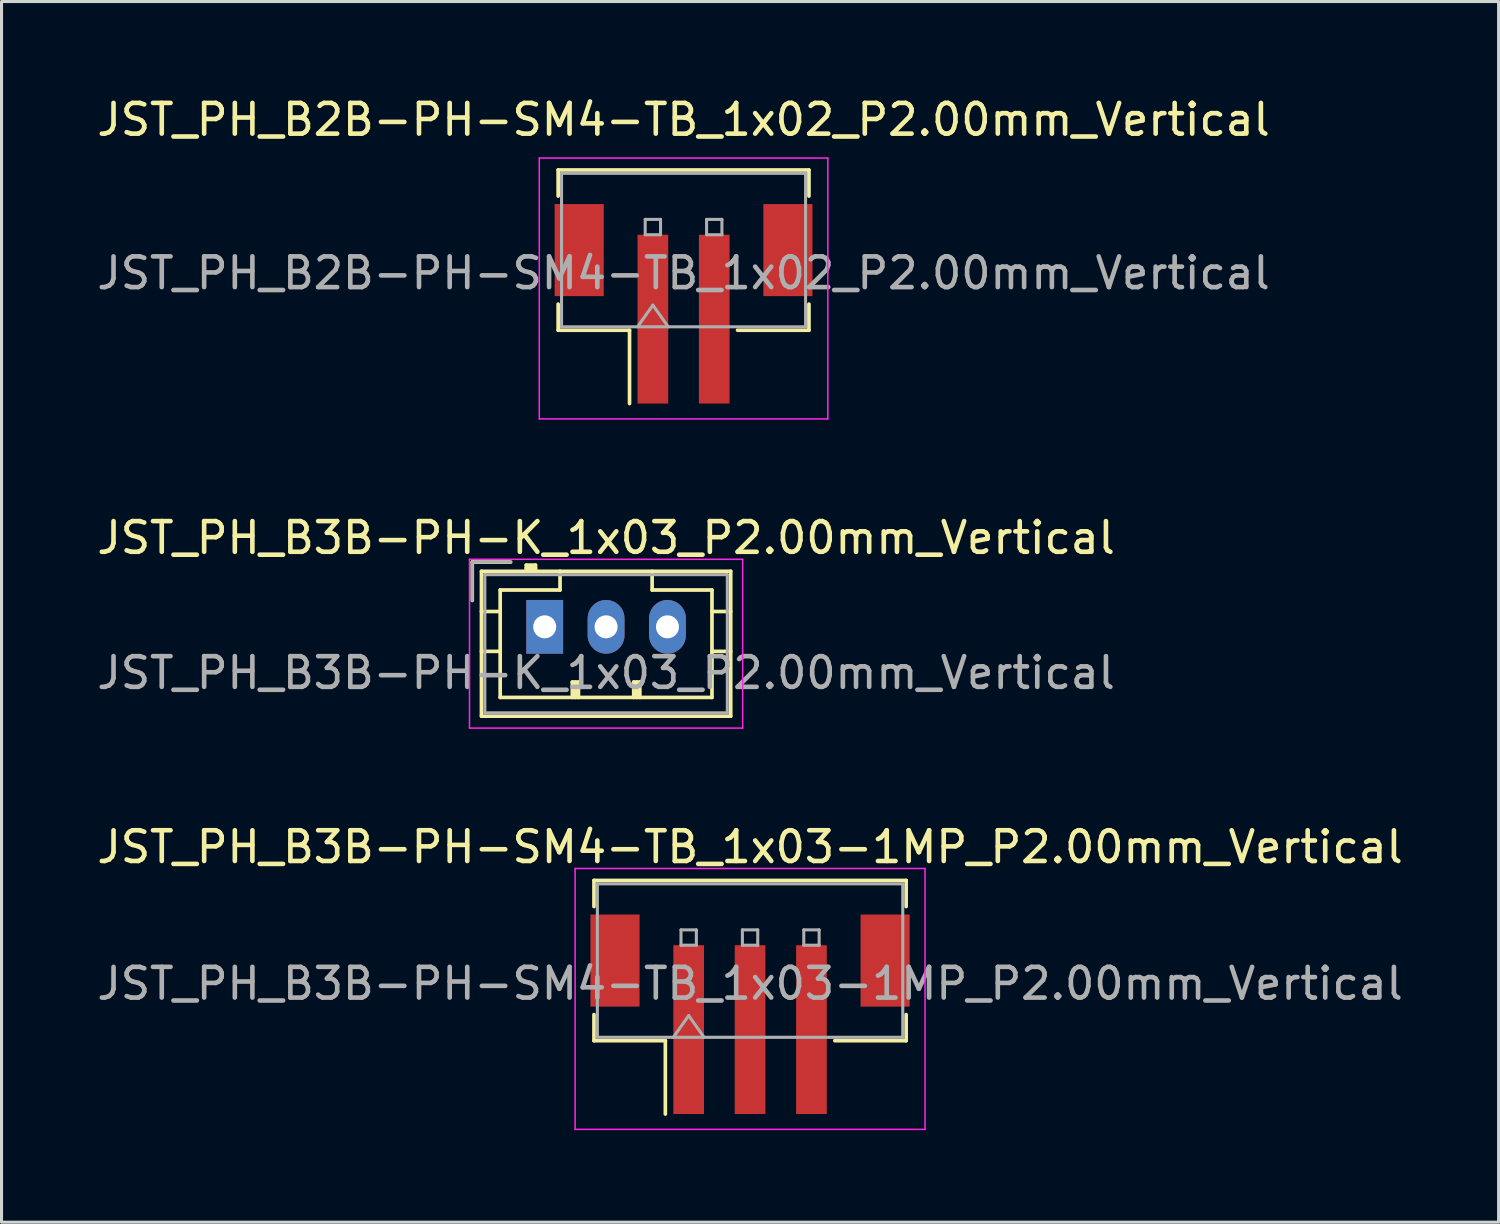
<source format=kicad_pcb>
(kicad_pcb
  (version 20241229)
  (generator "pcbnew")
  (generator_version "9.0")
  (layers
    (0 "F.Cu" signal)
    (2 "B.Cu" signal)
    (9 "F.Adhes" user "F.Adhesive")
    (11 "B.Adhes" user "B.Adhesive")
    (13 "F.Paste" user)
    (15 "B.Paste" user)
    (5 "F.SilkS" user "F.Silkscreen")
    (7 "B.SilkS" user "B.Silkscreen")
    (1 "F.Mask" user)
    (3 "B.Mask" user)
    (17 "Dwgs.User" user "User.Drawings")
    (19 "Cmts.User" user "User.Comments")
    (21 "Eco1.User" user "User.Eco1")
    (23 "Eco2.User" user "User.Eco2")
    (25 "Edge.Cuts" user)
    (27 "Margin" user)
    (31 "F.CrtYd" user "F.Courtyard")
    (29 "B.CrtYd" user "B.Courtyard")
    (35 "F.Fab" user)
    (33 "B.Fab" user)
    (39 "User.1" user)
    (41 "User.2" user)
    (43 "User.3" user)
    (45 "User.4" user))
  (footprint "JST_PH_B3B-PH-SM4-TB_1x03-1MP_P2.00mm_Vertical"
    (layer "F.Cu")
    (at 21.387 29.995)
    (property "Reference" "JST_PH_B3B-PH-SM4-TB_1x03-1MP_P2.00mm_Vertical" (at 0 -5.45 0) (layer "F.SilkS") (effects (font (size 1 1) (thickness 0.15))))
    (attr smd)
    (fp_line (start -5.085 -4.36) (end 5.085 -4.36) (stroke (width 0.12) (type solid)) (layer "F.SilkS"))
    (fp_line (start -5.085 -3.51) (end -5.085 -4.36) (stroke (width 0.12) (type solid)) (layer "F.SilkS"))
    (fp_line (start -5.085 0.01) (end -5.085 0.86) (stroke (width 0.12) (type solid)) (layer "F.SilkS"))
    (fp_line (start -5.085 0.86) (end -2.76 0.86) (stroke (width 0.12) (type solid)) (layer "F.SilkS"))
    (fp_line (start -2.76 0.86) (end -2.76 3.25) (stroke (width 0.12) (type solid)) (layer "F.SilkS"))
    (fp_line (start 5.085 -4.36) (end 5.085 -3.51) (stroke (width 0.12) (type solid)) (layer "F.SilkS"))
    (fp_line (start 5.085 0.01) (end 5.085 0.86) (stroke (width 0.12) (type solid)) (layer "F.SilkS"))
    (fp_line (start 5.085 0.86) (end 2.76 0.86) (stroke (width 0.12) (type solid)) (layer "F.SilkS"))
    (fp_line (start -5.7 -4.75) (end -5.7 3.75) (stroke (width 0.05) (type solid)) (layer "F.CrtYd"))
    (fp_line (start -5.7 3.75) (end 5.7 3.75) (stroke (width 0.05) (type solid)) (layer "F.CrtYd"))
    (fp_line (start 5.7 -4.75) (end -5.7 -4.75) (stroke (width 0.05) (type solid)) (layer "F.CrtYd"))
    (fp_line (start 5.7 3.75) (end 5.7 -4.75) (stroke (width 0.05) (type solid)) (layer "F.CrtYd"))
    (fp_line (start -4.975 -4.25) (end 4.975 -4.25) (stroke (width 0.1) (type solid)) (layer "F.Fab"))
    (fp_line (start -4.975 0.75) (end -4.975 -4.25) (stroke (width 0.1) (type solid)) (layer "F.Fab"))
    (fp_line (start -4.975 0.75) (end 4.975 0.75) (stroke (width 0.1) (type solid)) (layer "F.Fab"))
    (fp_line (start -2.5 0.75) (end -2 0.043) (stroke (width 0.1) (type solid)) (layer "F.Fab"))
    (fp_line (start -2.25 -2.75) (end -2.25 -2.25) (stroke (width 0.1) (type solid)) (layer "F.Fab"))
    (fp_line (start -2.25 -2.25) (end -1.75 -2.25) (stroke (width 0.1) (type solid)) (layer "F.Fab"))
    (fp_line (start -2 0.043) (end -1.5 0.75) (stroke (width 0.1) (type solid)) (layer "F.Fab"))
    (fp_line (start -1.75 -2.75) (end -2.25 -2.75) (stroke (width 0.1) (type solid)) (layer "F.Fab"))
    (fp_line (start -1.75 -2.25) (end -1.75 -2.75) (stroke (width 0.1) (type solid)) (layer "F.Fab"))
    (fp_line (start -0.25 -2.75) (end -0.25 -2.25) (stroke (width 0.1) (type solid)) (layer "F.Fab"))
    (fp_line (start -0.25 -2.25) (end 0.25 -2.25) (stroke (width 0.1) (type solid)) (layer "F.Fab"))
    (fp_line (start 0.25 -2.75) (end -0.25 -2.75) (stroke (width 0.1) (type solid)) (layer "F.Fab"))
    (fp_line (start 0.25 -2.25) (end 0.25 -2.75) (stroke (width 0.1) (type solid)) (layer "F.Fab"))
    (fp_line (start 1.75 -2.75) (end 1.75 -2.25) (stroke (width 0.1) (type solid)) (layer "F.Fab"))
    (fp_line (start 1.75 -2.25) (end 2.25 -2.25) (stroke (width 0.1) (type solid)) (layer "F.Fab"))
    (fp_line (start 2.25 -2.75) (end 1.75 -2.75) (stroke (width 0.1) (type solid)) (layer "F.Fab"))
    (fp_line (start 2.25 -2.25) (end 2.25 -2.75) (stroke (width 0.1) (type solid)) (layer "F.Fab"))
    (fp_line (start 4.975 0.75) (end 4.975 -4.25) (stroke (width 0.1) (type solid)) (layer "F.Fab"))
    (fp_text user "${REFERENCE}" (at 0 -1 0) (layer "F.Fab") (effects (font (size 1 1) (thickness 0.15))))
    (pad "1" smd rect (at -2 0.5) (size 1 5.5) (layers "F.Cu" "F.Mask" "F.Paste"))
    (pad "2" smd rect (at 0 0.5) (size 1 5.5) (layers "F.Cu" "F.Mask" "F.Paste"))
    (pad "3" smd rect (at 2 0.5) (size 1 5.5) (layers "F.Cu" "F.Mask" "F.Paste"))
    (pad "MP" smd rect (at -4.4 -1.75) (size 1.6 3) (layers "F.Cu" "F.Mask" "F.Paste"))
    (pad "MP" smd rect (at 4.4 -1.75) (size 1.6 3) (layers "F.Cu" "F.Mask" "F.Paste")))
  (footprint "JST_PH_B2B-PH-SM4-TB_1x02_P2.00mm_Vertical"
    (layer "F.Cu")
    (at 19.22 6.848)
    (property "Reference" "JST_PH_B2B-PH-SM4-TB_1x02_P2.00mm_Vertical" (at 0 -6 0) (layer "F.SilkS") (effects (font (size 1 1) (thickness 0.15))))
    (attr smd)
    (fp_line (start -4.085 -4.36) (end 4.085 -4.36) (stroke (width 0.12) (type solid)) (layer "F.SilkS"))
    (fp_line (start -4.085 -3.51) (end -4.085 -4.36) (stroke (width 0.12) (type solid)) (layer "F.SilkS"))
    (fp_line (start -4.085 0.01) (end -4.085 0.86) (stroke (width 0.12) (type solid)) (layer "F.SilkS"))
    (fp_line (start -4.085 0.86) (end -1.76 0.86) (stroke (width 0.12) (type solid)) (layer "F.SilkS"))
    (fp_line (start -1.76 0.86) (end -1.76 3.25) (stroke (width 0.12) (type solid)) (layer "F.SilkS"))
    (fp_line (start 4.085 -4.36) (end 4.085 -3.51) (stroke (width 0.12) (type solid)) (layer "F.SilkS"))
    (fp_line (start 4.085 0.01) (end 4.085 0.86) (stroke (width 0.12) (type solid)) (layer "F.SilkS"))
    (fp_line (start 4.085 0.86) (end 1.76 0.86) (stroke (width 0.12) (type solid)) (layer "F.SilkS"))
    (fp_line (start -4.7 -4.75) (end -4.7 3.75) (stroke (width 0.05) (type solid)) (layer "F.CrtYd"))
    (fp_line (start -4.7 3.75) (end 4.7 3.75) (stroke (width 0.05) (type solid)) (layer "F.CrtYd"))
    (fp_line (start 4.7 -4.75) (end -4.7 -4.75) (stroke (width 0.05) (type solid)) (layer "F.CrtYd"))
    (fp_line (start 4.7 3.75) (end 4.7 -4.75) (stroke (width 0.05) (type solid)) (layer "F.CrtYd"))
    (fp_line (start -3.975 -4.25) (end 3.975 -4.25) (stroke (width 0.1) (type solid)) (layer "F.Fab"))
    (fp_line (start -3.975 0.75) (end -3.975 -4.25) (stroke (width 0.1) (type solid)) (layer "F.Fab"))
    (fp_line (start -3.975 0.75) (end 3.975 0.75) (stroke (width 0.1) (type solid)) (layer "F.Fab"))
    (fp_line (start -1.5 0.75) (end -1 0.043) (stroke (width 0.1) (type solid)) (layer "F.Fab"))
    (fp_line (start -1.25 -2.75) (end -1.25 -2.25) (stroke (width 0.1) (type solid)) (layer "F.Fab"))
    (fp_line (start -1.25 -2.25) (end -0.75 -2.25) (stroke (width 0.1) (type solid)) (layer "F.Fab"))
    (fp_line (start -1 0.043) (end -0.5 0.75) (stroke (width 0.1) (type solid)) (layer "F.Fab"))
    (fp_line (start -0.75 -2.75) (end -1.25 -2.75) (stroke (width 0.1) (type solid)) (layer "F.Fab"))
    (fp_line (start -0.75 -2.25) (end -0.75 -2.75) (stroke (width 0.1) (type solid)) (layer "F.Fab"))
    (fp_line (start 0.75 -2.75) (end 0.75 -2.25) (stroke (width 0.1) (type solid)) (layer "F.Fab"))
    (fp_line (start 0.75 -2.25) (end 1.25 -2.25) (stroke (width 0.1) (type solid)) (layer "F.Fab"))
    (fp_line (start 1.25 -2.75) (end 0.75 -2.75) (stroke (width 0.1) (type solid)) (layer "F.Fab"))
    (fp_line (start 1.25 -2.25) (end 1.25 -2.75) (stroke (width 0.1) (type solid)) (layer "F.Fab"))
    (fp_line (start 3.975 0.75) (end 3.975 -4.25) (stroke (width 0.1) (type solid)) (layer "F.Fab"))
    (fp_text user "${REFERENCE}" (at 0 -1 0) (layer "F.Fab") (effects (font (size 1 1) (thickness 0.15))))
    (pad "" smd rect (at -3.4 -1.75) (size 1.6 3) (layers "F.Cu" "F.Mask" "F.Paste"))
    (pad "" smd rect (at 3.4 -1.75) (size 1.6 3) (layers "F.Cu" "F.Mask" "F.Paste"))
    (pad "1" smd rect (at -1 0.5) (size 1 5.5) (layers "F.Cu" "F.Mask" "F.Paste"))
    (pad "2" smd rect (at 1 0.5) (size 1 5.5) (layers "F.Cu" "F.Mask" "F.Paste")))
  (footprint "JST_PH_B3B-PH-K_1x03_P2.00mm_Vertical"
    (layer "F.Cu")
    (at 14.696 17.372)
    (property "Reference" "JST_PH_B3B-PH-K_1x03_P2.00mm_Vertical" (at 2 -2.9 0) (layer "F.SilkS") (effects (font (size 1 1) (thickness 0.15))))
    (attr through_hole)
    (fp_line (start -2.36 -2.11) (end -2.36 -0.86) (stroke (width 0.12) (type solid)) (layer "F.SilkS"))
    (fp_line (start -2.06 -1.81) (end -2.06 2.91) (stroke (width 0.12) (type solid)) (layer "F.SilkS"))
    (fp_line (start -2.06 -0.5) (end -1.45 -0.5) (stroke (width 0.12) (type solid)) (layer "F.SilkS"))
    (fp_line (start -2.06 0.8) (end -1.45 0.8) (stroke (width 0.12) (type solid)) (layer "F.SilkS"))
    (fp_line (start -2.06 2.91) (end 6.06 2.91) (stroke (width 0.12) (type solid)) (layer "F.SilkS"))
    (fp_line (start -1.45 -1.2) (end -1.45 2.3) (stroke (width 0.12) (type solid)) (layer "F.SilkS"))
    (fp_line (start -1.45 2.3) (end 5.45 2.3) (stroke (width 0.12) (type solid)) (layer "F.SilkS"))
    (fp_line (start -1.11 -2.11) (end -2.36 -2.11) (stroke (width 0.12) (type solid)) (layer "F.SilkS"))
    (fp_line (start -0.6 -2.01) (end -0.6 -1.81) (stroke (width 0.12) (type solid)) (layer "F.SilkS"))
    (fp_line (start -0.3 -2.01) (end -0.6 -2.01) (stroke (width 0.12) (type solid)) (layer "F.SilkS"))
    (fp_line (start -0.3 -1.91) (end -0.6 -1.91) (stroke (width 0.12) (type solid)) (layer "F.SilkS"))
    (fp_line (start -0.3 -1.81) (end -0.3 -2.01) (stroke (width 0.12) (type solid)) (layer "F.SilkS"))
    (fp_line (start 0.5 -1.81) (end 0.5 -1.2) (stroke (width 0.12) (type solid)) (layer "F.SilkS"))
    (fp_line (start 0.5 -1.2) (end -1.45 -1.2) (stroke (width 0.12) (type solid)) (layer "F.SilkS"))
    (fp_line (start 0.9 1.8) (end 1.1 1.8) (stroke (width 0.12) (type solid)) (layer "F.SilkS"))
    (fp_line (start 0.9 2.3) (end 0.9 1.8) (stroke (width 0.12) (type solid)) (layer "F.SilkS"))
    (fp_line (start 1 2.3) (end 1 1.8) (stroke (width 0.12) (type solid)) (layer "F.SilkS"))
    (fp_line (start 1.1 1.8) (end 1.1 2.3) (stroke (width 0.12) (type solid)) (layer "F.SilkS"))
    (fp_line (start 2.9 1.8) (end 3.1 1.8) (stroke (width 0.12) (type solid)) (layer "F.SilkS"))
    (fp_line (start 2.9 2.3) (end 2.9 1.8) (stroke (width 0.12) (type solid)) (layer "F.SilkS"))
    (fp_line (start 3 2.3) (end 3 1.8) (stroke (width 0.12) (type solid)) (layer "F.SilkS"))
    (fp_line (start 3.1 1.8) (end 3.1 2.3) (stroke (width 0.12) (type solid)) (layer "F.SilkS"))
    (fp_line (start 3.5 -1.2) (end 3.5 -1.81) (stroke (width 0.12) (type solid)) (layer "F.SilkS"))
    (fp_line (start 5.45 -1.2) (end 3.5 -1.2) (stroke (width 0.12) (type solid)) (layer "F.SilkS"))
    (fp_line (start 5.45 2.3) (end 5.45 -1.2) (stroke (width 0.12) (type solid)) (layer "F.SilkS"))
    (fp_line (start 6.06 -1.81) (end -2.06 -1.81) (stroke (width 0.12) (type solid)) (layer "F.SilkS"))
    (fp_line (start 6.06 -0.5) (end 5.45 -0.5) (stroke (width 0.12) (type solid)) (layer "F.SilkS"))
    (fp_line (start 6.06 0.8) (end 5.45 0.8) (stroke (width 0.12) (type solid)) (layer "F.SilkS"))
    (fp_line (start 6.06 2.91) (end 6.06 -1.81) (stroke (width 0.12) (type solid)) (layer "F.SilkS"))
    (fp_line (start -2.45 -2.2) (end -2.45 3.3) (stroke (width 0.05) (type solid)) (layer "F.CrtYd"))
    (fp_line (start -2.45 3.3) (end 6.45 3.3) (stroke (width 0.05) (type solid)) (layer "F.CrtYd"))
    (fp_line (start 6.45 -2.2) (end -2.45 -2.2) (stroke (width 0.05) (type solid)) (layer "F.CrtYd"))
    (fp_line (start 6.45 3.3) (end 6.45 -2.2) (stroke (width 0.05) (type solid)) (layer "F.CrtYd"))
    (fp_line (start -2.36 -2.11) (end -2.36 -0.86) (stroke (width 0.1) (type solid)) (layer "F.Fab"))
    (fp_line (start -1.95 -1.7) (end -1.95 2.8) (stroke (width 0.1) (type solid)) (layer "F.Fab"))
    (fp_line (start -1.95 2.8) (end 5.95 2.8) (stroke (width 0.1) (type solid)) (layer "F.Fab"))
    (fp_line (start -1.11 -2.11) (end -2.36 -2.11) (stroke (width 0.1) (type solid)) (layer "F.Fab"))
    (fp_line (start 5.95 -1.7) (end -1.95 -1.7) (stroke (width 0.1) (type solid)) (layer "F.Fab"))
    (fp_line (start 5.95 2.8) (end 5.95 -1.7) (stroke (width 0.1) (type solid)) (layer "F.Fab"))
    (fp_text user "${REFERENCE}" (at 2 1.5 0) (layer "F.Fab") (effects (font (size 1 1) (thickness 0.15))))
    (pad "1" thru_hole rect (at 0 0) (size 1.2 1.75) (drill 0.75) (layers "*.Cu" "*.Mask"))
    (pad "2" thru_hole oval (at 2 0) (size 1.2 1.75) (drill 0.75) (layers "*.Cu" "*.Mask"))
    (pad "3" thru_hole oval (at 4 0) (size 1.2 1.75) (drill 0.75) (layers "*.Cu" "*.Mask")))
  (gr_rect
    (start -3 -3)
    (end 45.774 36.77)
    (stroke (width 0.1) (type default))
    (fill no)
    (layer "Edge.Cuts")))
</source>
